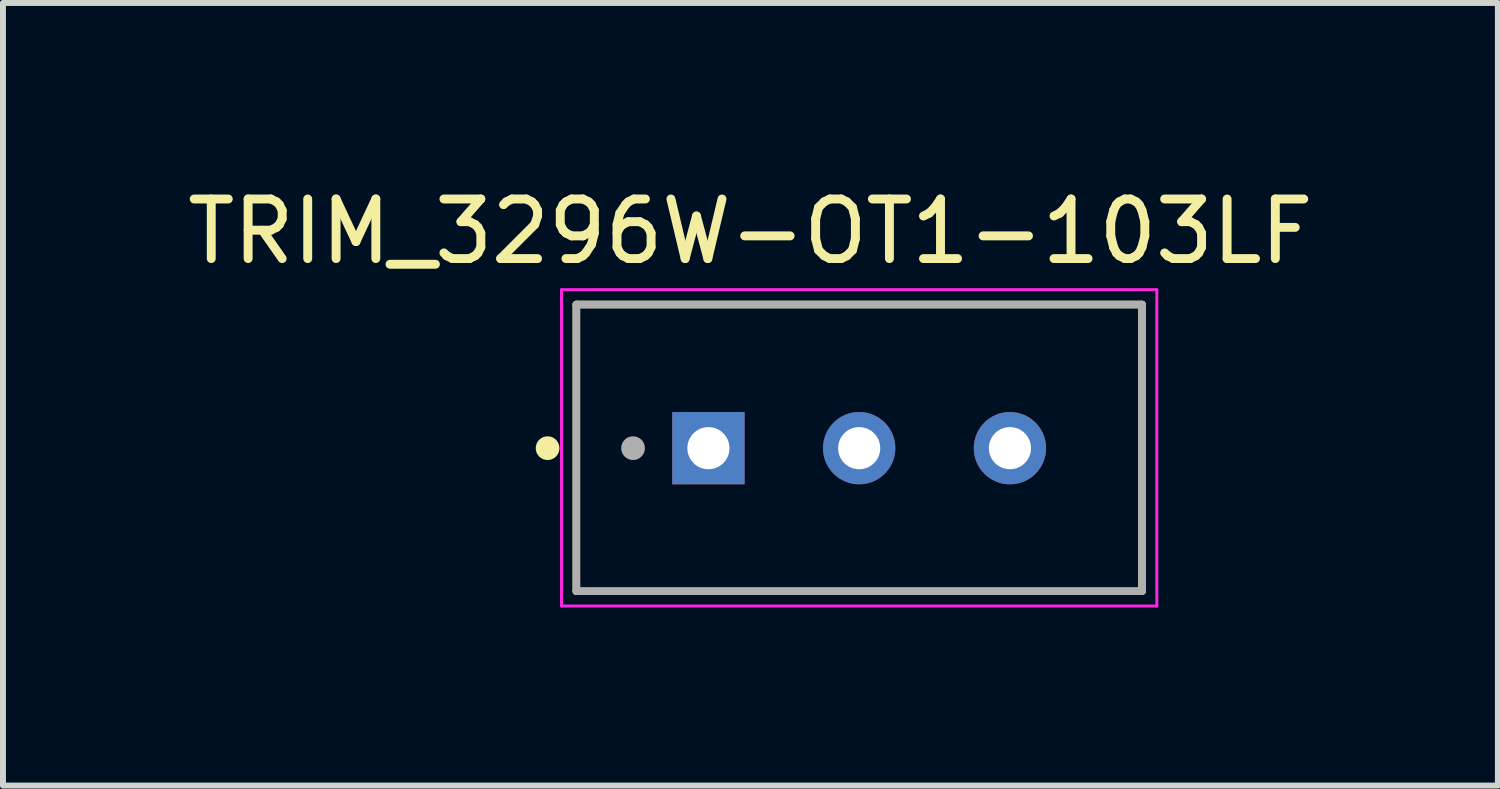
<source format=kicad_pcb>
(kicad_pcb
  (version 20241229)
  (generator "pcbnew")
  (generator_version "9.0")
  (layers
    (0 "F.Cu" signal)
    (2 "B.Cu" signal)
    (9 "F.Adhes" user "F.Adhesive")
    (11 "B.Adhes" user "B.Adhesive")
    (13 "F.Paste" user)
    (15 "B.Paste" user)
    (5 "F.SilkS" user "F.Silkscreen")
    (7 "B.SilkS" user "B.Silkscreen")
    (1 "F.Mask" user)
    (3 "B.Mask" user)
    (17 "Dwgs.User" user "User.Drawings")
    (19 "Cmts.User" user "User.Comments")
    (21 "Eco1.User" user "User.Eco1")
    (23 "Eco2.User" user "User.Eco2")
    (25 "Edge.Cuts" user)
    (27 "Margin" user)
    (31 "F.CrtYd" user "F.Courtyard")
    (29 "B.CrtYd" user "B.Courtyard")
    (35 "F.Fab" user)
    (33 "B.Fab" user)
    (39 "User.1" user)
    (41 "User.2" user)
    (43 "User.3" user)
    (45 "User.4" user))
  (footprint "TRIM_3296W-OT1-103LF"
    (layer "F.Cu")
    (at 11.426 4.501)
    (property "Reference" "TRIM_3296W-OT1-103LF" (at -1.833 -3.651 0) (layer "F.SilkS") (effects (font (size 1.004 1.004) (thickness 0.15))))
    (attr through_hole)
    (fp_line (start -4.765 -2.42) (end 4.765 -2.42) (stroke (width 0.127) (type solid)) (layer "F.SilkS"))
    (fp_line (start -4.765 2.41) (end -4.765 -2.42) (stroke (width 0.127) (type solid)) (layer "F.SilkS"))
    (fp_line (start 4.765 -2.42) (end 4.765 2.41) (stroke (width 0.127) (type solid)) (layer "F.SilkS"))
    (fp_line (start 4.765 2.41) (end -4.765 2.41) (stroke (width 0.127) (type solid)) (layer "F.SilkS"))
    (fp_circle (center -5.25 0) (end -5.15 0) (stroke (width 0.2) (type solid)) (fill no) (layer "F.SilkS"))
    (fp_line (start -5.015 -2.67) (end 5.015 -2.67) (stroke (width 0.05) (type solid)) (layer "F.CrtYd"))
    (fp_line (start -5.015 2.66) (end -5.015 -2.67) (stroke (width 0.05) (type solid)) (layer "F.CrtYd"))
    (fp_line (start 5.015 -2.67) (end 5.015 2.66) (stroke (width 0.05) (type solid)) (layer "F.CrtYd"))
    (fp_line (start 5.015 2.66) (end -5.015 2.66) (stroke (width 0.05) (type solid)) (layer "F.CrtYd"))
    (fp_line (start -4.765 -2.42) (end 4.765 -2.42) (stroke (width 0.127) (type solid)) (layer "F.Fab"))
    (fp_line (start -4.765 2.41) (end -4.765 -2.42) (stroke (width 0.127) (type solid)) (layer "F.Fab"))
    (fp_line (start 4.765 -2.42) (end 4.765 2.41) (stroke (width 0.127) (type solid)) (layer "F.Fab"))
    (fp_line (start 4.765 2.41) (end -4.765 2.41) (stroke (width 0.127) (type solid)) (layer "F.Fab"))
    (fp_circle (center -3.81 0) (end -3.71 0) (stroke (width 0.2) (type solid)) (fill no) (layer "F.Fab"))
    (pad "1" thru_hole rect (at -2.54 0) (size 1.218 1.218) (drill 0.71) (layers "*.Cu" "*.Mask"))
    (pad "2" thru_hole circle (at 0 0) (size 1.218 1.218) (drill 0.71) (layers "*.Cu" "*.Mask"))
    (pad "3" thru_hole circle (at 2.54 0) (size 1.218 1.218) (drill 0.71) (layers "*.Cu" "*.Mask")))
  (gr_rect
    (start -3 -3)
    (end 22.187 10.186)
    (stroke (width 0.1) (type default))
    (fill no)
    (layer "Edge.Cuts")))
</source>
